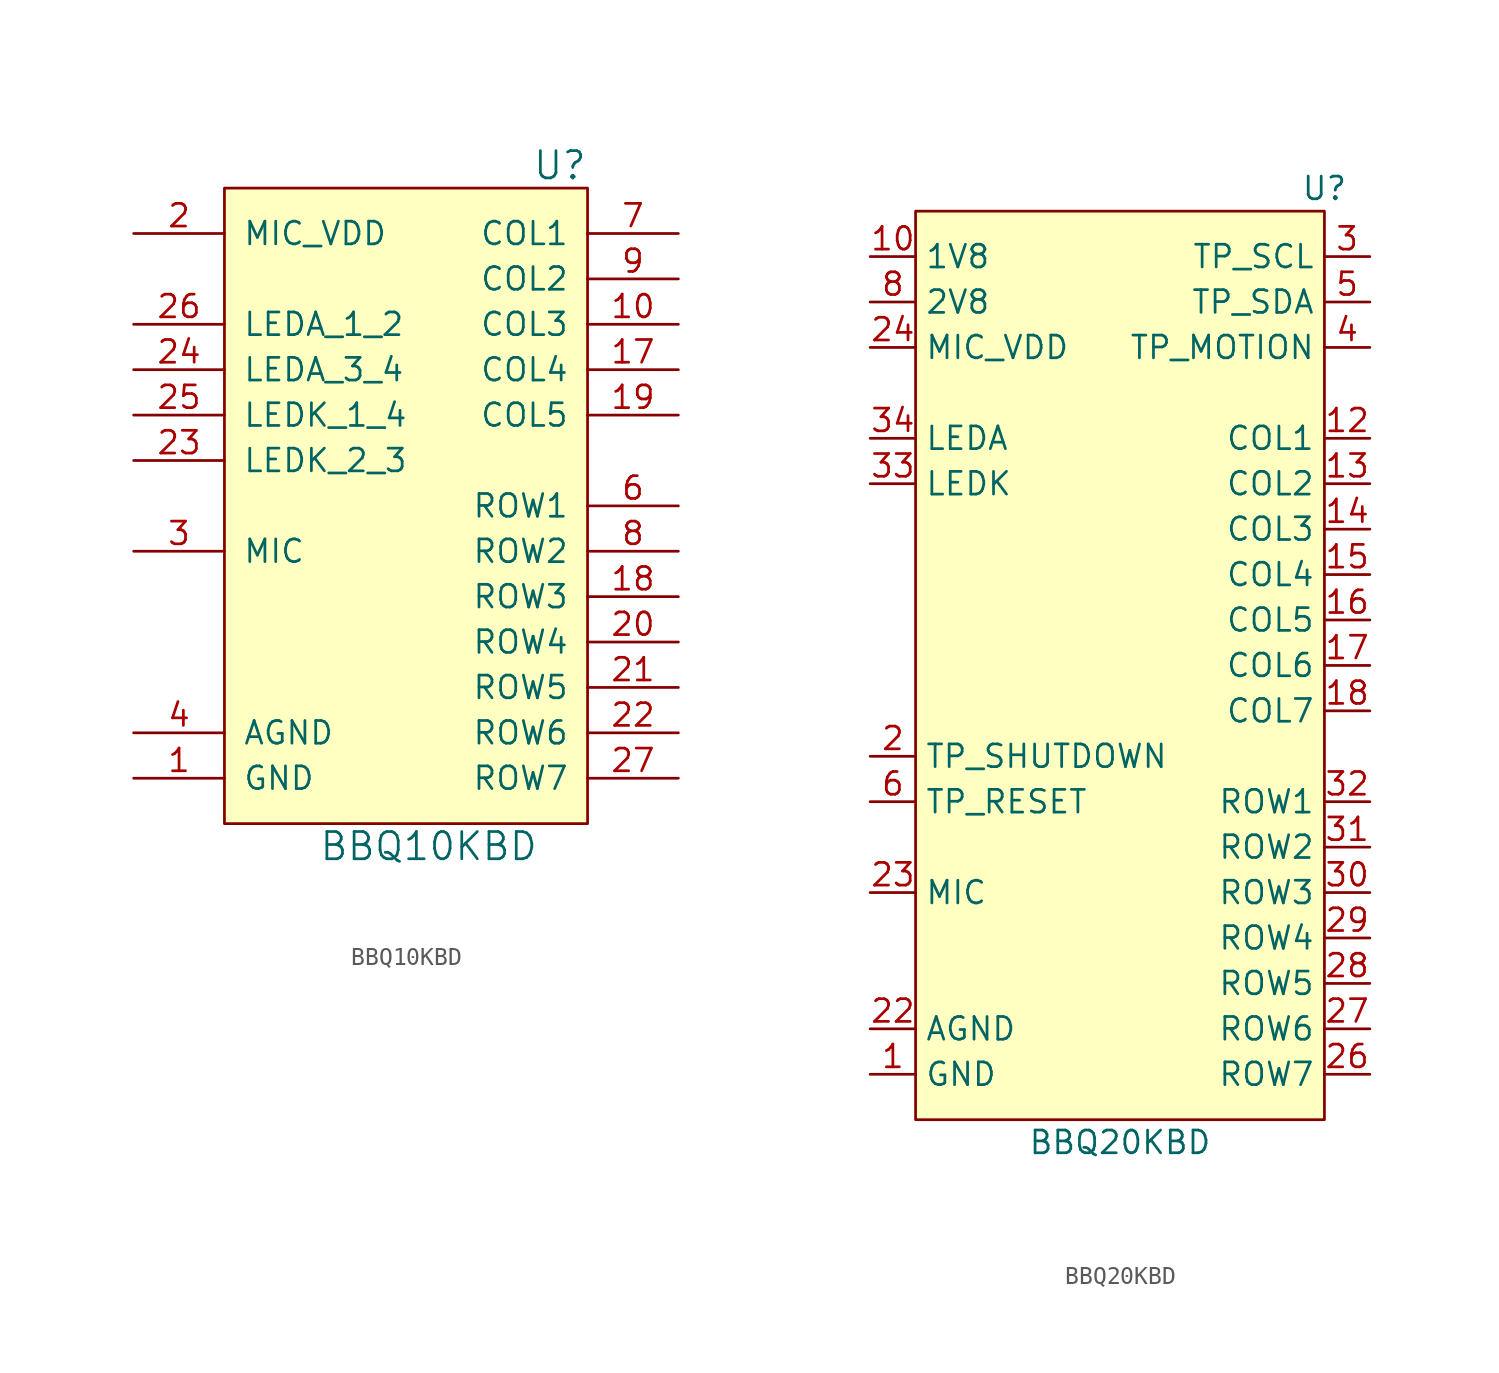
<source format=kicad_sym>
(kicad_symbol_lib
  (version 20210619)
  (generator kicad_symbol_editor)
  (symbol "Keyboard:BBQ10KBD"
    (pin_names
      (offset 1.016))
    (property "Reference" "U"
      (at 10.16 19.05 0)
      (effects (font (size 1.524 1.524)) (justify right)))
    (property "Value" "BBQ10KBD"
      (at 1.27 -19.05 0)
      (effects (font (size 1.524 1.524))))
    (symbol "BBQ10KBD_0_1"
      (rectangle (start -10.16 17.78) (end 10.16 -17.78) (stroke (width 0)) (fill (type background))))
    (symbol "BBQ10KBD_1_1"
      (pin power_in line (at -15.24 -15.24 0) (length 5.08) (name "GND" (effects (font (size 1.27 1.27)))) (number "1" (effects (font (size 1.27 1.27)))))
      (pin output line (at 15.24 10.16 180) (length 5.08) (name "COL3" (effects (font (size 1.27 1.27)))) (number "10" (effects (font (size 1.27 1.27)))))
      (pin passive line (at -15.24 -15.24 0) (length 5.08) hide (name "GND" (effects (font (size 1.27 1.27)))) (number "11" (effects (font (size 1.27 1.27)))))
      (pin passive line (at -15.24 -15.24 0) (length 5.08) hide (name "GND" (effects (font (size 1.27 1.27)))) (number "12" (effects (font (size 1.27 1.27)))))
      (pin passive line (at -15.24 -15.24 0) (length 5.08) hide (name "GND" (effects (font (size 1.27 1.27)))) (number "13" (effects (font (size 1.27 1.27)))))
      (pin passive line (at -15.24 -15.24 0) (length 5.08) hide (name "GND" (effects (font (size 1.27 1.27)))) (number "14" (effects (font (size 1.27 1.27)))))
      (pin passive line (at -15.24 -15.24 0) (length 5.08) hide (name "GND" (effects (font (size 1.27 1.27)))) (number "15" (effects (font (size 1.27 1.27)))))
      (pin passive line (at -15.24 -15.24 0) (length 5.08) hide (name "GND" (effects (font (size 1.27 1.27)))) (number "16" (effects (font (size 1.27 1.27)))))
      (pin output line (at 15.24 7.62 180) (length 5.08) (name "COL4" (effects (font (size 1.27 1.27)))) (number "17" (effects (font (size 1.27 1.27)))))
      (pin output line (at 15.24 -5.08 180) (length 5.08) (name "ROW3" (effects (font (size 1.27 1.27)))) (number "18" (effects (font (size 1.27 1.27)))))
      (pin output line (at 15.24 5.08 180) (length 5.08) (name "COL5" (effects (font (size 1.27 1.27)))) (number "19" (effects (font (size 1.27 1.27)))))
      (pin input line (at -15.24 15.24 0) (length 5.08) (name "MIC_VDD" (effects (font (size 1.27 1.27)))) (number "2" (effects (font (size 1.27 1.27)))))
      (pin output line (at 15.24 -7.62 180) (length 5.08) (name "ROW4" (effects (font (size 1.27 1.27)))) (number "20" (effects (font (size 1.27 1.27)))))
      (pin output line (at 15.24 -10.16 180) (length 5.08) (name "ROW5" (effects (font (size 1.27 1.27)))) (number "21" (effects (font (size 1.27 1.27)))))
      (pin output line (at 15.24 -12.7 180) (length 5.08) (name "ROW6" (effects (font (size 1.27 1.27)))) (number "22" (effects (font (size 1.27 1.27)))))
      (pin input line (at -15.24 2.54 0) (length 5.08) (name "LEDK_2_3" (effects (font (size 1.27 1.27)))) (number "23" (effects (font (size 1.27 1.27)))))
      (pin power_in line (at -15.24 7.62 0) (length 5.08) (name "LEDA_3_4" (effects (font (size 1.27 1.27)))) (number "24" (effects (font (size 1.27 1.27)))))
      (pin input line (at -15.24 5.08 0) (length 5.08) (name "LEDK_1_4" (effects (font (size 1.27 1.27)))) (number "25" (effects (font (size 1.27 1.27)))))
      (pin power_in line (at -15.24 10.16 0) (length 5.08) (name "LEDA_1_2" (effects (font (size 1.27 1.27)))) (number "26" (effects (font (size 1.27 1.27)))))
      (pin output line (at 15.24 -15.24 180) (length 5.08) (name "ROW7" (effects (font (size 1.27 1.27)))) (number "27" (effects (font (size 1.27 1.27)))))
      (pin passive line (at -15.24 -15.24 0) (length 5.08) hide (name "GND" (effects (font (size 1.27 1.27)))) (number "28" (effects (font (size 1.27 1.27)))))
      (pin output line (at -15.24 -2.54 0) (length 5.08) (name "MIC" (effects (font (size 1.27 1.27)))) (number "3" (effects (font (size 1.27 1.27)))))
      (pin power_in line (at -15.24 -12.7 0) (length 5.08) (name "AGND" (effects (font (size 1.27 1.27)))) (number "4" (effects (font (size 1.27 1.27)))))
      (pin passive line (at -15.24 -15.24 0) (length 5.08) hide (name "GND" (effects (font (size 1.27 1.27)))) (number "5" (effects (font (size 1.27 1.27)))))
      (pin output line (at 15.24 0 180) (length 5.08) (name "ROW1" (effects (font (size 1.27 1.27)))) (number "6" (effects (font (size 1.27 1.27)))))
      (pin output line (at 15.24 15.24 180) (length 5.08) (name "COL1" (effects (font (size 1.27 1.27)))) (number "7" (effects (font (size 1.27 1.27)))))
      (pin output line (at 15.24 -2.54 180) (length 5.08) (name "ROW2" (effects (font (size 1.27 1.27)))) (number "8" (effects (font (size 1.27 1.27)))))
      (pin output line (at 15.24 12.7 180) (length 5.08) (name "COL2" (effects (font (size 1.27 1.27)))) (number "9" (effects (font (size 1.27 1.27)))))))
  (symbol "Keyboard:BBQ20KBD"
    (property "Reference" "U"
      (at 11.43 24.13 0)
      (effects (font (size 1.27 1.27))))
    (property "Value" "BBQ20KBD"
      (at 0 -29.21 0)
      (effects (font (size 1.27 1.27))))
    (symbol "BBQ20KBD_0_0"
      (pin power_in line (at -13.97 -25.4 0) (length 2.54) (name "GND" (effects (font (size 1.27 1.27)))) (number "1" (effects (font (size 1.27 1.27)))))
      (pin power_in line (at -13.97 20.32 0) (length 2.54) (name "1V8" (effects (font (size 1.27 1.27)))) (number "10" (effects (font (size 1.27 1.27)))))
      (pin passive line (at -13.97 -25.4 0) (length 2.54) hide (name "GND" (effects (font (size 1.27 1.27)))) (number "11" (effects (font (size 1.27 1.27)))))
      (pin input line (at 13.97 10.16 180) (length 2.54) (name "COL1" (effects (font (size 1.27 1.27)))) (number "12" (effects (font (size 1.27 1.27)))))
      (pin input line (at 13.97 7.62 180) (length 2.54) (name "COL2" (effects (font (size 1.27 1.27)))) (number "13" (effects (font (size 1.27 1.27)))))
      (pin input line (at 13.97 5.08 180) (length 2.54) (name "COL3" (effects (font (size 1.27 1.27)))) (number "14" (effects (font (size 1.27 1.27)))))
      (pin input line (at 13.97 2.54 180) (length 2.54) (name "COL4" (effects (font (size 1.27 1.27)))) (number "15" (effects (font (size 1.27 1.27)))))
      (pin input line (at 13.97 0 180) (length 2.54) (name "COL5" (effects (font (size 1.27 1.27)))) (number "16" (effects (font (size 1.27 1.27)))))
      (pin input line (at 13.97 -2.54 180) (length 2.54) (name "COL6" (effects (font (size 1.27 1.27)))) (number "17" (effects (font (size 1.27 1.27)))))
      (pin input line (at 13.97 -5.08 180) (length 2.54) (name "COL7" (effects (font (size 1.27 1.27)))) (number "18" (effects (font (size 1.27 1.27)))))
      (pin passive line (at -13.97 -25.4 0) (length 2.54) hide (name "GND" (effects (font (size 1.27 1.27)))) (number "19" (effects (font (size 1.27 1.27)))))
      (pin input line (at -13.97 -7.62 0) (length 2.54) (name "TP_SHUTDOWN" (effects (font (size 1.27 1.27)))) (number "2" (effects (font (size 1.27 1.27)))))
      (pin passive line (at -13.97 -25.4 0) (length 2.54) hide (name "GND" (effects (font (size 1.27 1.27)))) (number "20" (effects (font (size 1.27 1.27)))))
      (pin passive line (at -13.97 -25.4 0) (length 2.54) hide (name "GND" (effects (font (size 1.27 1.27)))) (number "21" (effects (font (size 1.27 1.27)))))
      (pin power_in line (at -13.97 -22.86 0) (length 2.54) (name "AGND" (effects (font (size 1.27 1.27)))) (number "22" (effects (font (size 1.27 1.27)))))
      (pin output line (at -13.97 -15.24 0) (length 2.54) (name "MIC" (effects (font (size 1.27 1.27)))) (number "23" (effects (font (size 1.27 1.27)))))
      (pin input line (at -13.97 15.24 0) (length 2.54) (name "MIC_VDD" (effects (font (size 1.27 1.27)))) (number "24" (effects (font (size 1.27 1.27)))))
      (pin passive line (at -13.97 -25.4 0) (length 2.54) hide (name "GND" (effects (font (size 1.27 1.27)))) (number "25" (effects (font (size 1.27 1.27)))))
      (pin input line (at 13.97 -25.4 180) (length 2.54) (name "ROW7" (effects (font (size 1.27 1.27)))) (number "26" (effects (font (size 1.27 1.27)))))
      (pin input line (at 13.97 -22.86 180) (length 2.54) (name "ROW6" (effects (font (size 1.27 1.27)))) (number "27" (effects (font (size 1.27 1.27)))))
      (pin input line (at 13.97 -20.32 180) (length 2.54) (name "ROW5" (effects (font (size 1.27 1.27)))) (number "28" (effects (font (size 1.27 1.27)))))
      (pin input line (at 13.97 -17.78 180) (length 2.54) (name "ROW4" (effects (font (size 1.27 1.27)))) (number "29" (effects (font (size 1.27 1.27)))))
      (pin input line (at 13.97 20.32 180) (length 2.54) (name "TP_SCL" (effects (font (size 1.27 1.27)))) (number "3" (effects (font (size 1.27 1.27)))))
      (pin input line (at 13.97 -15.24 180) (length 2.54) (name "ROW3" (effects (font (size 1.27 1.27)))) (number "30" (effects (font (size 1.27 1.27)))))
      (pin input line (at 13.97 -12.7 180) (length 2.54) (name "ROW2" (effects (font (size 1.27 1.27)))) (number "31" (effects (font (size 1.27 1.27)))))
      (pin input line (at 13.97 -10.16 180) (length 2.54) (name "ROW1" (effects (font (size 1.27 1.27)))) (number "32" (effects (font (size 1.27 1.27)))))
      (pin input line (at -13.97 7.62 0) (length 2.54) (name "LEDK" (effects (font (size 1.27 1.27)))) (number "33" (effects (font (size 1.27 1.27)))))
      (pin power_in line (at -13.97 10.16 0) (length 2.54) (name "LEDA" (effects (font (size 1.27 1.27)))) (number "34" (effects (font (size 1.27 1.27)))))
      (pin passive line (at -13.97 7.62 0) (length 2.54) hide (name "LEDK" (effects (font (size 1.27 1.27)))) (number "35" (effects (font (size 1.27 1.27)))))
      (pin passive line (at -13.97 10.16 0) (length 2.54) hide (name "LEDA" (effects (font (size 1.27 1.27)))) (number "36" (effects (font (size 1.27 1.27)))))
      (pin passive line (at -13.97 7.62 0) (length 2.54) hide (name "LEDK" (effects (font (size 1.27 1.27)))) (number "37" (effects (font (size 1.27 1.27)))))
      (pin no_connect line (at 0 -17.78 0) (length 2.54) hide (name "NC" (effects (font (size 1.27 1.27)))) (number "38" (effects (font (size 1.27 1.27)))))
      (pin no_connect line (at 0 -20.32 0) (length 2.54) hide (name "NC" (effects (font (size 1.27 1.27)))) (number "39" (effects (font (size 1.27 1.27)))))
      (pin output line (at 13.97 15.24 180) (length 2.54) (name "TP_MOTION" (effects (font (size 1.27 1.27)))) (number "4" (effects (font (size 1.27 1.27)))))
      (pin passive line (at -13.97 -25.4 0) (length 2.54) hide (name "GND" (effects (font (size 1.27 1.27)))) (number "40" (effects (font (size 1.27 1.27)))))
      (pin bidirectional line (at 13.97 17.78 180) (length 2.54) (name "TP_SDA" (effects (font (size 1.27 1.27)))) (number "5" (effects (font (size 1.27 1.27)))))
      (pin input line (at -13.97 -10.16 0) (length 2.54) (name "TP_RESET" (effects (font (size 1.27 1.27)))) (number "6" (effects (font (size 1.27 1.27)))))
      (pin passive line (at -13.97 -25.4 0) (length 2.54) hide (name "GND" (effects (font (size 1.27 1.27)))) (number "7" (effects (font (size 1.27 1.27)))))
      (pin power_in line (at -13.97 17.78 0) (length 2.54) (name "2V8" (effects (font (size 1.27 1.27)))) (number "8" (effects (font (size 1.27 1.27)))))
      (pin passive line (at -13.97 -25.4 0) (length 2.54) hide (name "GND" (effects (font (size 1.27 1.27)))) (number "9" (effects (font (size 1.27 1.27))))))
    (symbol "BBQ20KBD_0_1"
      (rectangle (start -11.43 22.86) (end 11.43 -27.94) (stroke (width 0.152)) (fill (type background))))))
</source>
